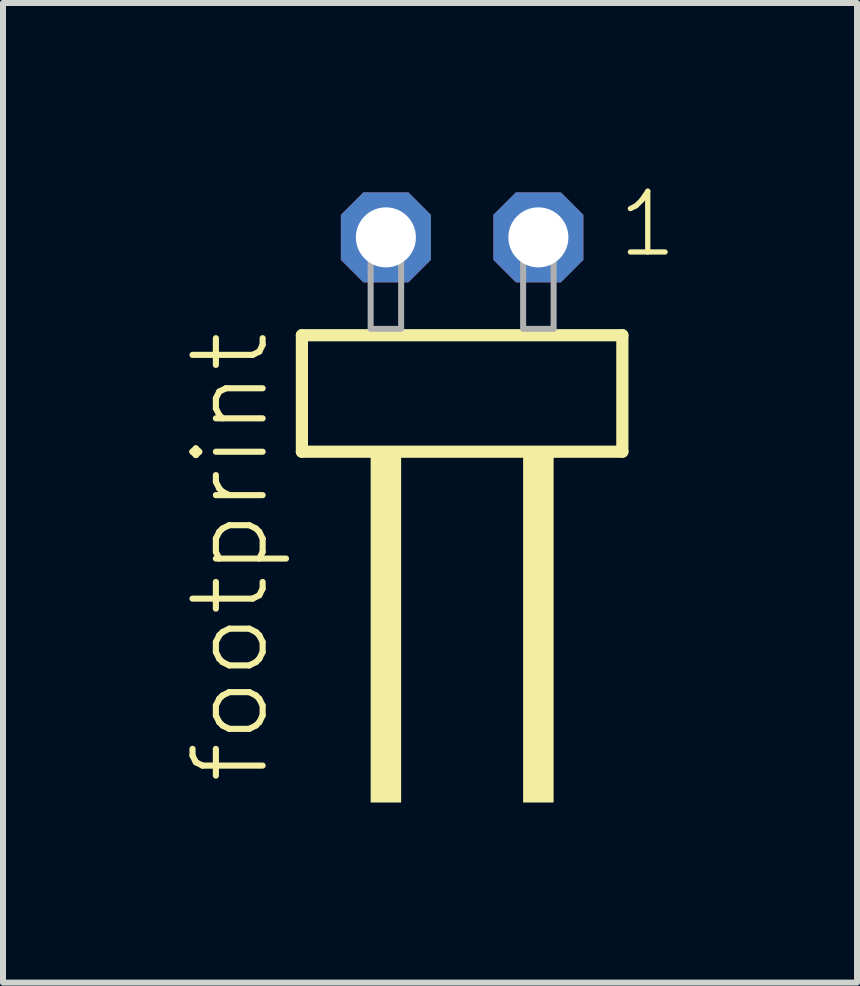
<source format=kicad_pcb>
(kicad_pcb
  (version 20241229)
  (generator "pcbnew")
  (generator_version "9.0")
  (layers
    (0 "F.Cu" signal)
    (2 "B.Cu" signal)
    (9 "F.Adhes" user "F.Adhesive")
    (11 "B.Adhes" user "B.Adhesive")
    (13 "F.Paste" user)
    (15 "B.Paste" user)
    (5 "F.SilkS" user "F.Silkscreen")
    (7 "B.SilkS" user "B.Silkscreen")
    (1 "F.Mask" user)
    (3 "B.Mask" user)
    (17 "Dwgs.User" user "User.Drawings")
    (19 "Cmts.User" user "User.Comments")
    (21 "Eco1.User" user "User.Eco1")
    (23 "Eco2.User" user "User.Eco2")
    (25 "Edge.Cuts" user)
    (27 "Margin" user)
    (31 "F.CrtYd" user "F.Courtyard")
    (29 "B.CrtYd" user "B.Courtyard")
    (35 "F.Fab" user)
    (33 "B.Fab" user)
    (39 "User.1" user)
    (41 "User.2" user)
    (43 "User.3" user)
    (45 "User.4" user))
  (footprint "footprint"
    (layer "F.Cu")
    (at 4.648 2.428)
    (property "Reference" "footprint" (at -3.175 7.62 90) (layer "F.SilkS") (effects (font (size 1.168 1.168) (thickness 0.102)) (justify left bottom)))
    (fp_line (start -2.669 0.106) (end -2.669 2.046) (stroke (width 0.203) (type solid)) (layer "F.SilkS"))
    (fp_line (start -2.669 2.046) (end 2.669 2.046) (stroke (width 0.203) (type solid)) (layer "F.SilkS"))
    (fp_line (start 2.669 0.106) (end -2.669 0.106) (stroke (width 0.203) (type solid)) (layer "F.SilkS"))
    (fp_line (start 2.669 2.046) (end 2.669 0.106) (stroke (width 0.203) (type solid)) (layer "F.SilkS"))
    (fp_poly (pts (xy -1.524 7.89) (xy -1.016 7.89) (xy -1.016 2.04) (xy -1.524 2.04)) (stroke (width 0) (type solid)) (fill yes) (layer "F.SilkS"))
    (fp_poly (pts (xy 1.016 7.89) (xy 1.524 7.89) (xy 1.524 2.04) (xy 1.016 2.04)) (stroke (width 0) (type solid)) (fill yes) (layer "F.SilkS"))
    (fp_poly (pts (xy -1.524 0) (xy -1.016 0) (xy -1.016 -1.778) (xy -1.524 -1.778)) (stroke (width 0.1) (type solid)) (fill no) (layer "F.Fab"))
    (fp_poly (pts (xy 1.016 0) (xy 1.524 0) (xy 1.524 -1.778) (xy 1.016 -1.778)) (stroke (width 0.1) (type solid)) (fill no) (layer "F.Fab"))
    (fp_text user "1" (at 2.552 -1.152 0) (layer "F.SilkS") (effects (font (size 1.012 1.012) (thickness 0.088)) (justify left bottom)))
    (pad "1" thru_hole roundrect (at 1.27 -1.524 180) (size 1.5 1.5) (drill 1) (layers "*.Cu" "*.Mask") (roundrect_rratio 0.25) (chamfer_ratio 0.25) (chamfer top_left top_right bottom_left bottom_right))
    (pad "2" thru_hole roundrect (at -1.27 -1.524 180) (size 1.5 1.5) (drill 1) (layers "*.Cu" "*.Mask") (roundrect_rratio 0.25) (chamfer_ratio 0.25) (chamfer top_left top_right bottom_left bottom_right)))
  (gr_rect
    (start -3 -3)
    (end 11.226 13.318)
    (stroke (width 0.1) (type default))
    (fill no)
    (layer "Edge.Cuts")))
</source>
